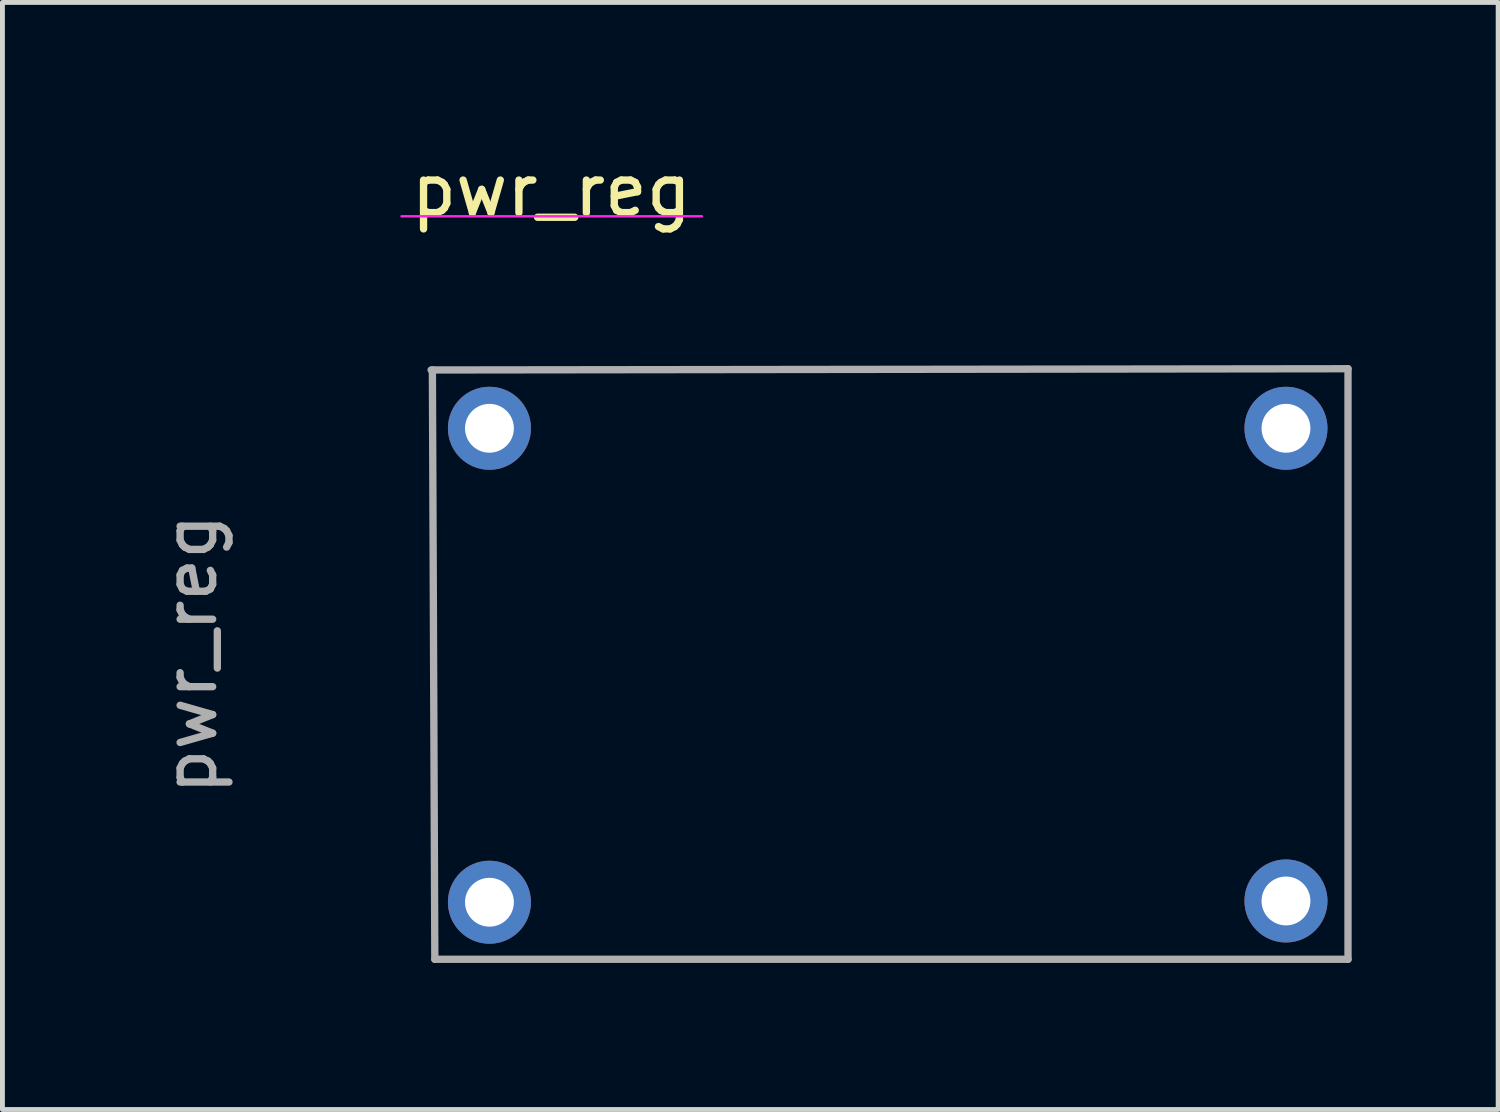
<source format=kicad_pcb>
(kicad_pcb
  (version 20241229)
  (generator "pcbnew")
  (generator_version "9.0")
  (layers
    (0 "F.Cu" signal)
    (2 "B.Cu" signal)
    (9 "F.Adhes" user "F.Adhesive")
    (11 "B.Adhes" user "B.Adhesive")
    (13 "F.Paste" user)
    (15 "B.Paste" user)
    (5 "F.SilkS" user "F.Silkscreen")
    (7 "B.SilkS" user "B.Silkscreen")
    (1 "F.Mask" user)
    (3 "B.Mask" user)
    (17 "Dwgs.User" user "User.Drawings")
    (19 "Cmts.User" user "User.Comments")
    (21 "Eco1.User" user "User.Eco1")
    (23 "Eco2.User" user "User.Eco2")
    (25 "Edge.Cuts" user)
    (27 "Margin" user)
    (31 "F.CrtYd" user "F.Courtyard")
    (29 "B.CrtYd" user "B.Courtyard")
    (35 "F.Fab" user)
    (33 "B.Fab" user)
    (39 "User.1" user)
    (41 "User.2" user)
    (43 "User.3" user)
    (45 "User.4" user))
  (footprint "pwr_reg"
    (layer "F.Cu")
    (at 6.97 3.178)
    (property "Reference" "pwr_reg" (at 1.27 -2.33 0) (layer "F.SilkS") (effects (font (size 1 1) (thickness 0.15))))
    (attr through_hole)
    (fp_line (start 4.35 -1.8) (end -1.8 -1.8) (stroke (width 0.05) (type solid)) (layer "F.CrtYd"))
    (fp_line (start -1.194 1.346) (end 17.577 1.321) (stroke (width 0.15) (type solid)) (layer "F.Fab"))
    (fp_line (start -1.118 13.411) (end -1.168 1.346) (stroke (width 0.15) (type solid)) (layer "F.Fab"))
    (fp_line (start 17.577 1.321) (end 17.577 13.411) (stroke (width 0.15) (type solid)) (layer "F.Fab"))
    (fp_line (start 17.577 13.411) (end -1.118 13.411) (stroke (width 0.15) (type solid)) (layer "F.Fab"))
    (fp_text user "${REFERENCE}" (at -6.121 7.163 90) (layer "F.Fab") (effects (font (size 1 1) (thickness 0.15))))
    (pad "1" thru_hole oval (at 0 2.54) (size 1.7 1.7) (drill 1) (layers "*.Cu" "*.Mask"))
    (pad "2" thru_hole oval (at 0 12.243) (size 1.7 1.7) (drill 1) (layers "*.Cu" "*.Mask"))
    (pad "3" thru_hole oval (at 16.307 12.217) (size 1.7 1.7) (drill 1) (layers "*.Cu" "*.Mask"))
    (pad "4" thru_hole oval (at 16.307 2.54) (size 1.7 1.7) (drill 1) (layers "*.Cu" "*.Mask")))
  (gr_rect
    (start -3 -3)
    (end 27.621 19.664)
    (stroke (width 0.1) (type default))
    (fill no)
    (layer "Edge.Cuts")))
</source>
